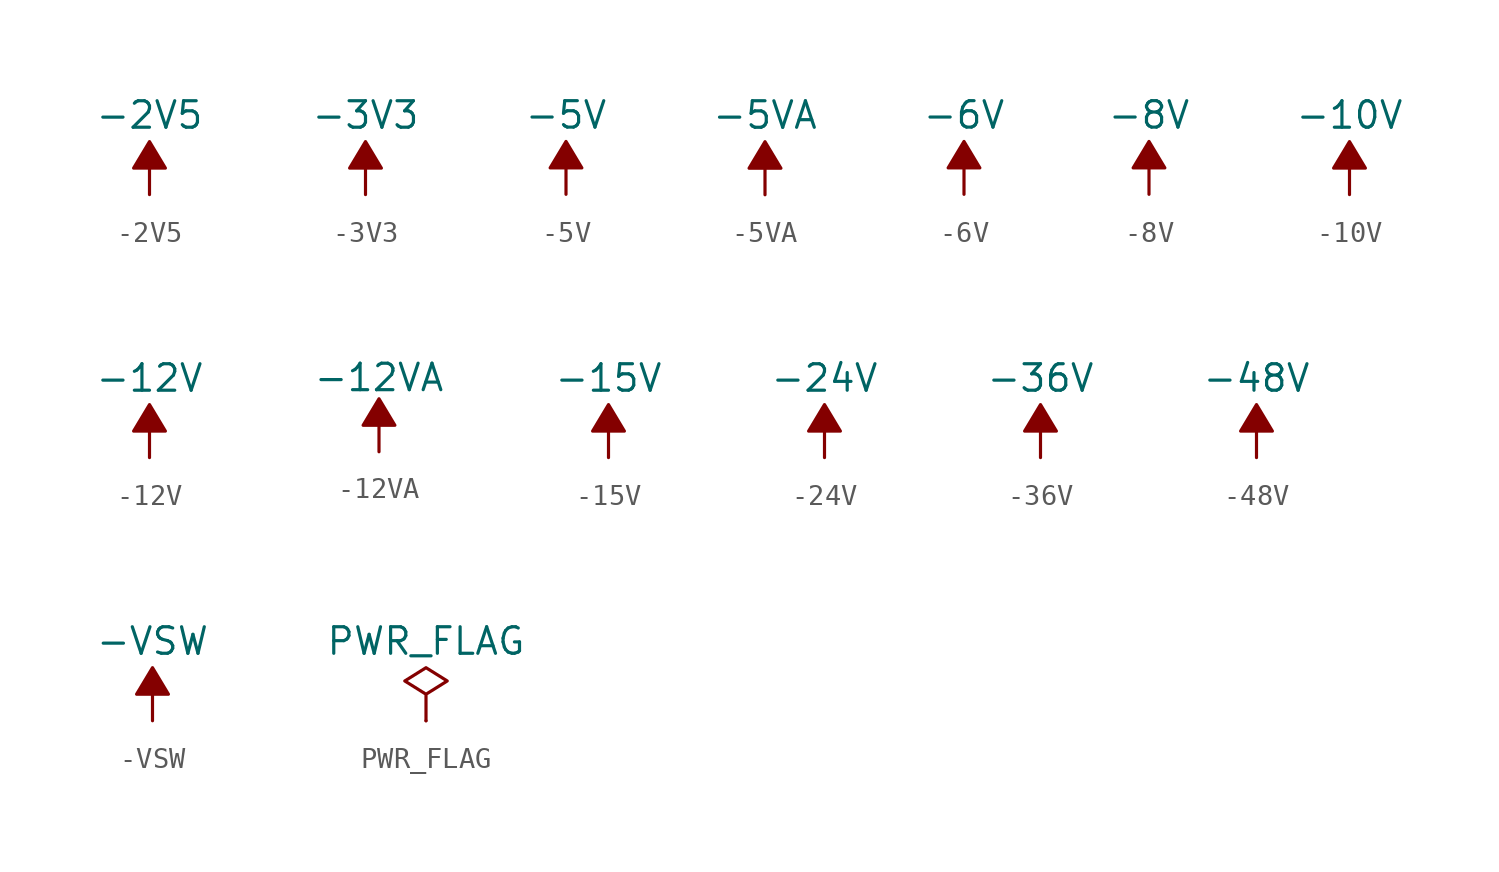
<source format=kicad_sym>
(kicad_symbol_lib
  (version 20200908)
  (generator kicad_symbol_editor)
  (symbol "power:-2V5"
    (power)
    (pin_names
      (offset 0))
    (property "Reference" "#PWR"
      (at 0 2.54 0)
      (effects (font (size 1.27 1.27)) hide))
    (property "Value" "-2V5"
      (at 0 3.81 0)
      (effects (font (size 1.27 1.27))))
    (symbol "-2V5_0_1"
      (polyline (pts (xy 0 0) (xy 0 1.27) (xy 0.762 1.27) (xy 0 2.54) (xy -0.762 1.27) (xy 0 1.27)) (stroke (width 0)) (fill (type outline))))
    (symbol "-2V5_0_0"
      (pin power_in line (at 0 0 90) (length 0) hide (name "-2V5" (effects (font (size 1.27 1.27)))) (number "1" (effects (font (size 1.27 1.27)))))))
  (symbol "power:-3V3"
    (power)
    (pin_names
      (offset 0))
    (property "Reference" "#PWR"
      (at 0 2.54 0)
      (effects (font (size 1.27 1.27)) hide))
    (property "Value" "-3V3"
      (at 0 3.81 0)
      (effects (font (size 1.27 1.27))))
    (symbol "-3V3_0_1"
      (polyline (pts (xy 0 0) (xy 0 1.27) (xy 0.762 1.27) (xy 0 2.54) (xy -0.762 1.27) (xy 0 1.27)) (stroke (width 0)) (fill (type outline))))
    (symbol "-3V3_0_0"
      (pin power_in line (at 0 0 90) (length 0) hide (name "-3V3" (effects (font (size 1.27 1.27)))) (number "1" (effects (font (size 1.27 1.27)))))))
  (symbol "power:-5V"
    (power)
    (pin_names
      (offset 0))
    (property "Reference" "#PWR"
      (at 0 2.54 0)
      (effects (font (size 1.27 1.27)) hide))
    (property "Value" "-5V"
      (at 0 3.81 0)
      (effects (font (size 1.27 1.27))))
    (symbol "-5V_0_1"
      (polyline (pts (xy 0 0) (xy 0 1.27) (xy 0.762 1.27) (xy 0 2.54) (xy -0.762 1.27) (xy 0 1.27)) (stroke (width 0)) (fill (type outline))))
    (symbol "-5V_0_0"
      (pin power_in line (at 0 0 90) (length 0) hide (name "-5V" (effects (font (size 1.27 1.27)))) (number "1" (effects (font (size 1.27 1.27)))))))
  (symbol "power:-5VA"
    (power)
    (pin_names
      (offset 0))
    (property "Reference" "#PWR"
      (at 0 2.54 0)
      (effects (font (size 1.27 1.27)) hide))
    (property "Value" "-5VA"
      (at 0 3.81 0)
      (effects (font (size 1.27 1.27))))
    (symbol "-5VA_0_1"
      (polyline (pts (xy 0 0) (xy 0 1.27) (xy 0.762 1.27) (xy 0 2.54) (xy -0.762 1.27) (xy 0 1.27)) (stroke (width 0)) (fill (type outline))))
    (symbol "-5VA_0_0"
      (pin power_in line (at 0 0 90) (length 0) hide (name "-5VA" (effects (font (size 1.27 1.27)))) (number "1" (effects (font (size 1.27 1.27)))))))
  (symbol "power:-6V"
    (power)
    (pin_names
      (offset 0))
    (property "Reference" "#PWR"
      (at 0 2.54 0)
      (effects (font (size 1.27 1.27)) hide))
    (property "Value" "-6V"
      (at 0 3.81 0)
      (effects (font (size 1.27 1.27))))
    (symbol "-6V_0_1"
      (polyline (pts (xy 0 0) (xy 0 1.27) (xy 0.762 1.27) (xy 0 2.54) (xy -0.762 1.27) (xy 0 1.27)) (stroke (width 0)) (fill (type outline))))
    (symbol "-6V_0_0"
      (pin power_in line (at 0 0 90) (length 0) hide (name "-6V" (effects (font (size 1.27 1.27)))) (number "1" (effects (font (size 1.27 1.27)))))))
  (symbol "power:-8V"
    (power)
    (pin_names
      (offset 0))
    (property "Reference" "#PWR"
      (at 0 2.54 0)
      (effects (font (size 1.27 1.27)) hide))
    (property "Value" "-8V"
      (at 0 3.81 0)
      (effects (font (size 1.27 1.27))))
    (symbol "-8V_0_1"
      (polyline (pts (xy 0 0) (xy 0 1.27) (xy 0.762 1.27) (xy 0 2.54) (xy -0.762 1.27) (xy 0 1.27)) (stroke (width 0)) (fill (type outline))))
    (symbol "-8V_0_0"
      (pin power_in line (at 0 0 90) (length 0) hide (name "-8V" (effects (font (size 1.27 1.27)))) (number "1" (effects (font (size 1.27 1.27)))))))
  (symbol "power:-10V"
    (power)
    (pin_names
      (offset 0))
    (property "Reference" "#PWR"
      (at 0 2.54 0)
      (effects (font (size 1.27 1.27)) hide))
    (property "Value" "-10V"
      (at 0 3.81 0)
      (effects (font (size 1.27 1.27))))
    (symbol "-10V_0_1"
      (polyline (pts (xy 0 0) (xy 0 1.27) (xy 0.762 1.27) (xy 0 2.54) (xy -0.762 1.27) (xy 0 1.27)) (stroke (width 0)) (fill (type outline))))
    (symbol "-10V_0_0"
      (pin power_in line (at 0 0 90) (length 0) hide (name "-10V" (effects (font (size 1.27 1.27)))) (number "1" (effects (font (size 1.27 1.27)))))))
  (symbol "power:-12V"
    (power)
    (pin_names
      (offset 0))
    (property "Reference" "#PWR"
      (at 0 2.54 0)
      (effects (font (size 1.27 1.27)) hide))
    (property "Value" "-12V"
      (at 0 3.81 0)
      (effects (font (size 1.27 1.27))))
    (symbol "-12V_0_1"
      (polyline (pts (xy 0 0) (xy 0 1.27) (xy 0.762 1.27) (xy 0 2.54) (xy -0.762 1.27) (xy 0 1.27)) (stroke (width 0)) (fill (type outline))))
    (symbol "-12V_0_0"
      (pin power_in line (at 0 0 90) (length 0) hide (name "-12V" (effects (font (size 1.27 1.27)))) (number "1" (effects (font (size 1.27 1.27)))))))
  (symbol "power:-12VA"
    (power)
    (pin_names
      (offset 0))
    (property "Reference" "#PWR"
      (at 0 -3.81 0)
      (effects (font (size 1.27 1.27)) hide))
    (property "Value" "-12VA"
      (at 0 3.556 0)
      (effects (font (size 1.27 1.27))))
    (symbol "-12VA_0_1"
      (polyline (pts (xy 0 0) (xy 0 1.27) (xy 0.762 1.27) (xy 0 2.54) (xy -0.762 1.27) (xy 0 1.27)) (stroke (width 0)) (fill (type outline))))
    (symbol "-12VA_0_0"
      (pin power_in line (at 0 0 90) (length 0) hide (name "-12VA" (effects (font (size 1.27 1.27)))) (number "1" (effects (font (size 1.27 1.27)))))))
  (symbol "power:-15V"
    (power)
    (pin_names
      (offset 0))
    (property "Reference" "#PWR"
      (at 0 2.54 0)
      (effects (font (size 1.27 1.27)) hide))
    (property "Value" "-15V"
      (at 0 3.81 0)
      (effects (font (size 1.27 1.27))))
    (symbol "-15V_0_1"
      (polyline (pts (xy 0 0) (xy 0 1.27) (xy 0.762 1.27) (xy 0 2.54) (xy -0.762 1.27) (xy 0 1.27)) (stroke (width 0)) (fill (type outline))))
    (symbol "-15V_0_0"
      (pin power_in line (at 0 0 90) (length 0) hide (name "-15V" (effects (font (size 1.27 1.27)))) (number "1" (effects (font (size 1.27 1.27)))))))
  (symbol "power:-24V"
    (power)
    (pin_names
      (offset 0))
    (property "Reference" "#PWR"
      (at 0 2.54 0)
      (effects (font (size 1.27 1.27)) hide))
    (property "Value" "-24V"
      (at 0 3.81 0)
      (effects (font (size 1.27 1.27))))
    (symbol "-24V_0_1"
      (polyline (pts (xy 0 0) (xy 0 1.27) (xy 0.762 1.27) (xy 0 2.54) (xy -0.762 1.27) (xy 0 1.27)) (stroke (width 0)) (fill (type outline))))
    (symbol "-24V_0_0"
      (pin power_in line (at 0 0 90) (length 0) hide (name "-24V" (effects (font (size 1.27 1.27)))) (number "1" (effects (font (size 1.27 1.27)))))))
  (symbol "power:-36V"
    (power)
    (pin_names
      (offset 0))
    (property "Reference" "#PWR"
      (at 0 2.54 0)
      (effects (font (size 1.27 1.27)) hide))
    (property "Value" "-36V"
      (at 0 3.81 0)
      (effects (font (size 1.27 1.27))))
    (symbol "-36V_0_1"
      (polyline (pts (xy 0 0) (xy 0 1.27) (xy 0.762 1.27) (xy 0 2.54) (xy -0.762 1.27) (xy 0 1.27)) (stroke (width 0)) (fill (type outline))))
    (symbol "-36V_0_0"
      (pin power_in line (at 0 0 90) (length 0) hide (name "-36V" (effects (font (size 1.27 1.27)))) (number "1" (effects (font (size 1.27 1.27)))))))
  (symbol "power:-48V"
    (power)
    (pin_names
      (offset 0))
    (property "Reference" "#PWR"
      (at 0 2.54 0)
      (effects (font (size 1.27 1.27)) hide))
    (property "Value" "-48V"
      (at 0 3.81 0)
      (effects (font (size 1.27 1.27))))
    (symbol "-48V_0_1"
      (polyline (pts (xy 0 0) (xy 0 1.27) (xy 0.762 1.27) (xy 0 2.54) (xy -0.762 1.27) (xy 0 1.27)) (stroke (width 0)) (fill (type outline))))
    (symbol "-48V_0_0"
      (pin power_in line (at 0 0 90) (length 0) hide (name "-48V" (effects (font (size 1.27 1.27)))) (number "1" (effects (font (size 1.27 1.27)))))))
  (symbol "power:-VSW"
    (power)
    (pin_names
      (offset 0))
    (property "Reference" "#PWR"
      (at 0 2.54 0)
      (effects (font (size 1.27 1.27)) hide))
    (property "Value" "-VSW"
      (at 0 3.81 0)
      (effects (font (size 1.27 1.27))))
    (symbol "-VSW_0_1"
      (polyline (pts (xy 0 0) (xy 0 1.27) (xy 0.762 1.27) (xy 0 2.54) (xy -0.762 1.27) (xy 0 1.27)) (stroke (width 0)) (fill (type outline))))
    (symbol "-VSW_0_0"
      (pin power_in line (at 0 0 90) (length 0) hide (name "-VSW" (effects (font (size 1.27 1.27)))) (number "1" (effects (font (size 1.27 1.27)))))))
  (symbol "power:PWR_FLAG"
    (power)
    (pin_numbers hide)
    (pin_names
      (offset 0) hide)
    (property "Reference" "#FLG"
      (at 0 1.905 0)
      (effects (font (size 1.27 1.27)) hide))
    (property "Value" "PWR_FLAG"
      (at 0 3.81 0)
      (effects (font (size 1.27 1.27))))
    (symbol "PWR_FLAG_0_1"
      (polyline (pts (xy 0 0) (xy 0 1.27) (xy -1.016 1.905) (xy 0 2.54) (xy 1.016 1.905) (xy 0 1.27)) (stroke (width 0)) (fill (type none))))
    (symbol "PWR_FLAG_0_0"
      (pin power_out line (at 0 0 90) (length 0) (name "pwr" (effects (font (size 1.27 1.27)))) (number "1" (effects (font (size 1.27 1.27))))))))
</source>
